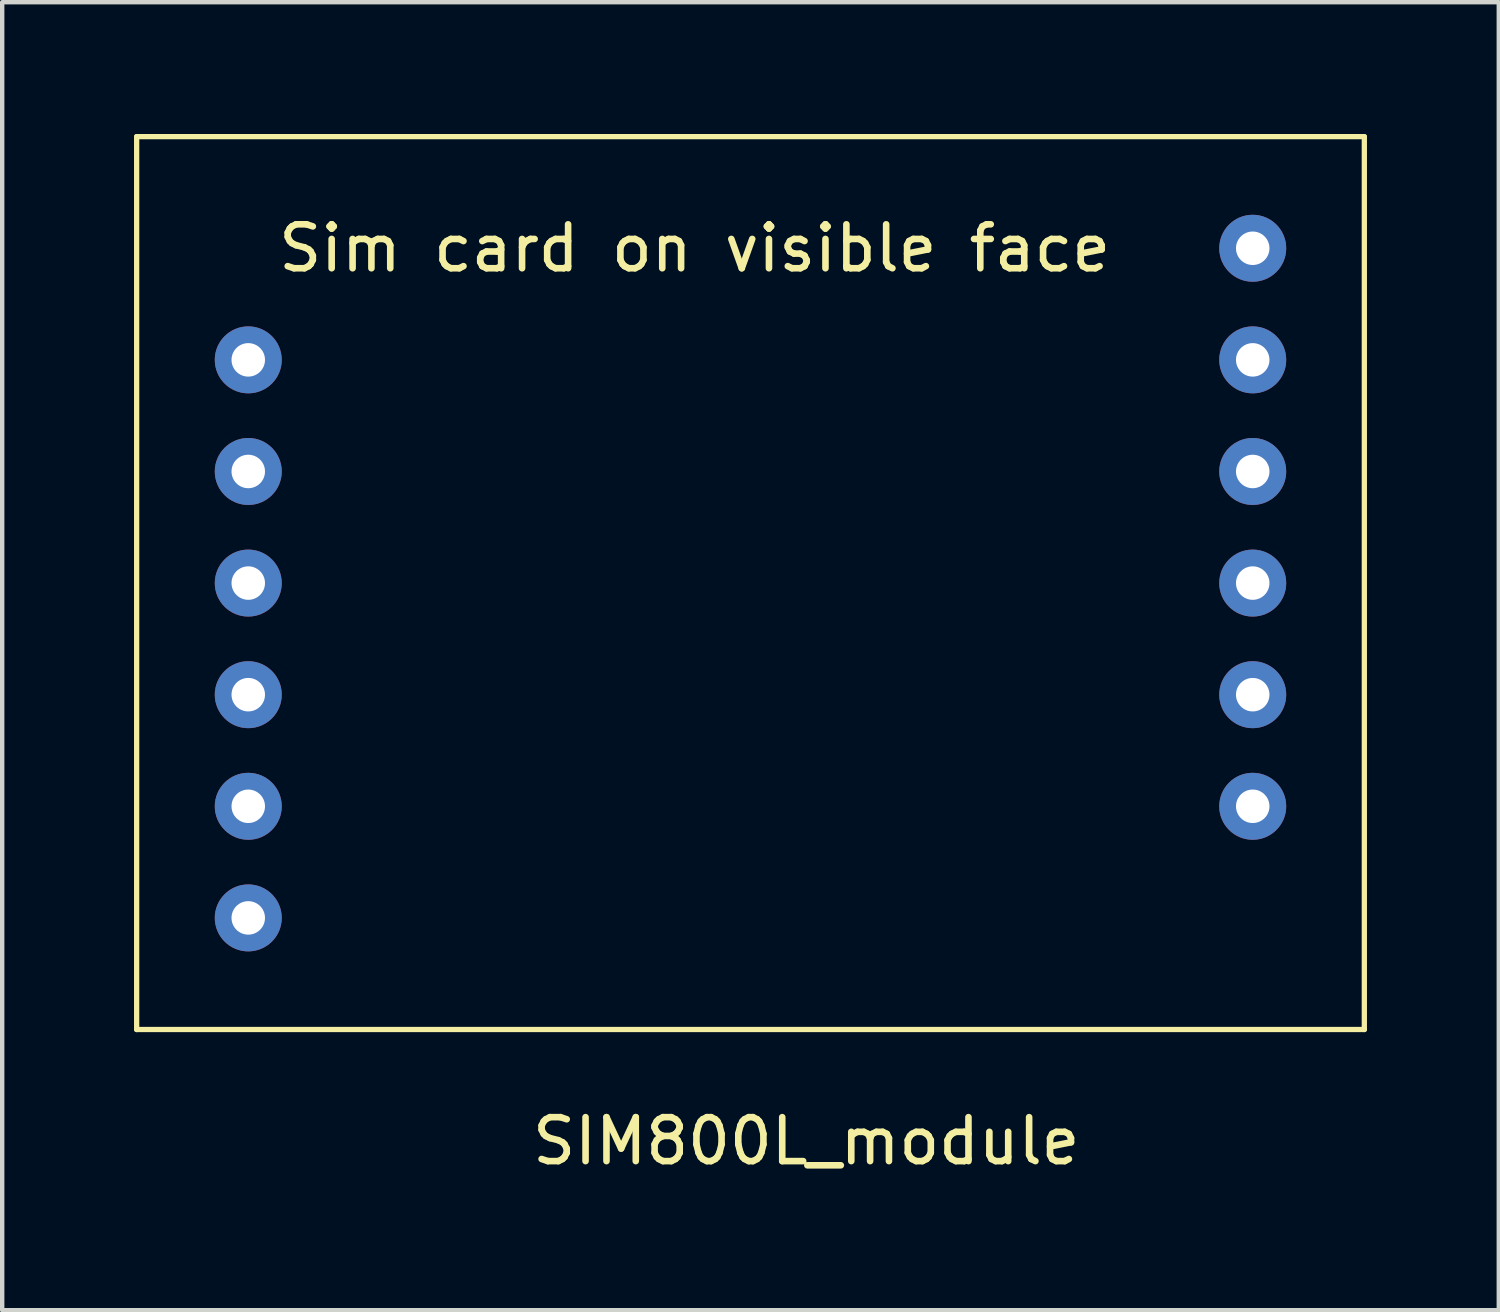
<source format=kicad_pcb>
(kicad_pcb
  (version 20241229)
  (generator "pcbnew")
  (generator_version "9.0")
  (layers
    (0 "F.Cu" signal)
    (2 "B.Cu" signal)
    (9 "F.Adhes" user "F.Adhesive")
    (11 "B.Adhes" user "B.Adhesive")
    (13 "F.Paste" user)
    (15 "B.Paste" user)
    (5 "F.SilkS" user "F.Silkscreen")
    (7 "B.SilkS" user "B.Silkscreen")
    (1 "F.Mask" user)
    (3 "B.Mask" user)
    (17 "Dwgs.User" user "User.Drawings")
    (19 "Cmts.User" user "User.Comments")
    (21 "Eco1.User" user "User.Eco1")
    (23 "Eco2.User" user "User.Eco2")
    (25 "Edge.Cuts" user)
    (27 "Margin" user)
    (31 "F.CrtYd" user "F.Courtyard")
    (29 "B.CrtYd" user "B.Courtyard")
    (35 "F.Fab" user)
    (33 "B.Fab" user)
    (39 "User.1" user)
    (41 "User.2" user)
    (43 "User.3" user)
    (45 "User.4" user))
  (footprint "SIM800L_module"
    (layer "F.Cu")
    (at 25.46 2.6)
    (property "Reference" "SIM800L_module" (at -10.16 20.32 0) (layer "F.SilkS") (effects (font (size 1 1) (thickness 0.15))))
    (attr through_hole)
    (fp_line (start -25.4 -2.54) (end -25.4 17.78) (stroke (width 0.12) (type solid)) (layer "F.SilkS"))
    (fp_line (start -25.4 17.78) (end 2.54 17.78) (stroke (width 0.12) (type solid)) (layer "F.SilkS"))
    (fp_line (start 2.54 -2.54) (end -25.4 -2.54) (stroke (width 0.12) (type solid)) (layer "F.SilkS"))
    (fp_line (start 2.54 17.78) (end 2.54 -2.54) (stroke (width 0.12) (type solid)) (layer "F.SilkS"))
    (fp_text user "Sim card on visible face" (at -12.7 0 0) (layer "F.SilkS") (effects (font (size 1 1) (thickness 0.15))))
    (pad "1" thru_hole circle (at 0 0) (size 1.524 1.524) (drill 0.762) (layers "*.Cu" "*.Mask"))
    (pad "2" thru_hole circle (at 0 2.54) (size 1.524 1.524) (drill 0.762) (layers "*.Cu" "*.Mask"))
    (pad "3" thru_hole circle (at 0 5.08) (size 1.524 1.524) (drill 0.762) (layers "*.Cu" "*.Mask"))
    (pad "4" thru_hole circle (at 0 7.62) (size 1.524 1.524) (drill 0.762) (layers "*.Cu" "*.Mask"))
    (pad "5" thru_hole circle (at 0 10.16) (size 1.524 1.524) (drill 0.762) (layers "*.Cu" "*.Mask"))
    (pad "6" thru_hole circle (at 0 12.7) (size 1.524 1.524) (drill 0.762) (layers "*.Cu" "*.Mask"))
    (pad "7" thru_hole circle (at -22.86 2.54) (size 1.524 1.524) (drill 0.762) (layers "*.Cu" "*.Mask"))
    (pad "8" thru_hole circle (at -22.86 5.08) (size 1.524 1.524) (drill 0.762) (layers "*.Cu" "*.Mask"))
    (pad "9" thru_hole circle (at -22.86 7.62) (size 1.524 1.524) (drill 0.762) (layers "*.Cu" "*.Mask"))
    (pad "10" thru_hole circle (at -22.86 10.16) (size 1.524 1.524) (drill 0.762) (layers "*.Cu" "*.Mask"))
    (pad "11" thru_hole circle (at -22.86 12.7) (size 1.524 1.524) (drill 0.762) (layers "*.Cu" "*.Mask"))
    (pad "12" thru_hole circle (at -22.86 15.24) (size 1.524 1.524) (drill 0.762) (layers "*.Cu" "*.Mask")))
  (gr_rect
    (start -3 -3)
    (end 31.06 26.768)
    (stroke (width 0.1) (type default))
    (fill no)
    (layer "Edge.Cuts")))
</source>
